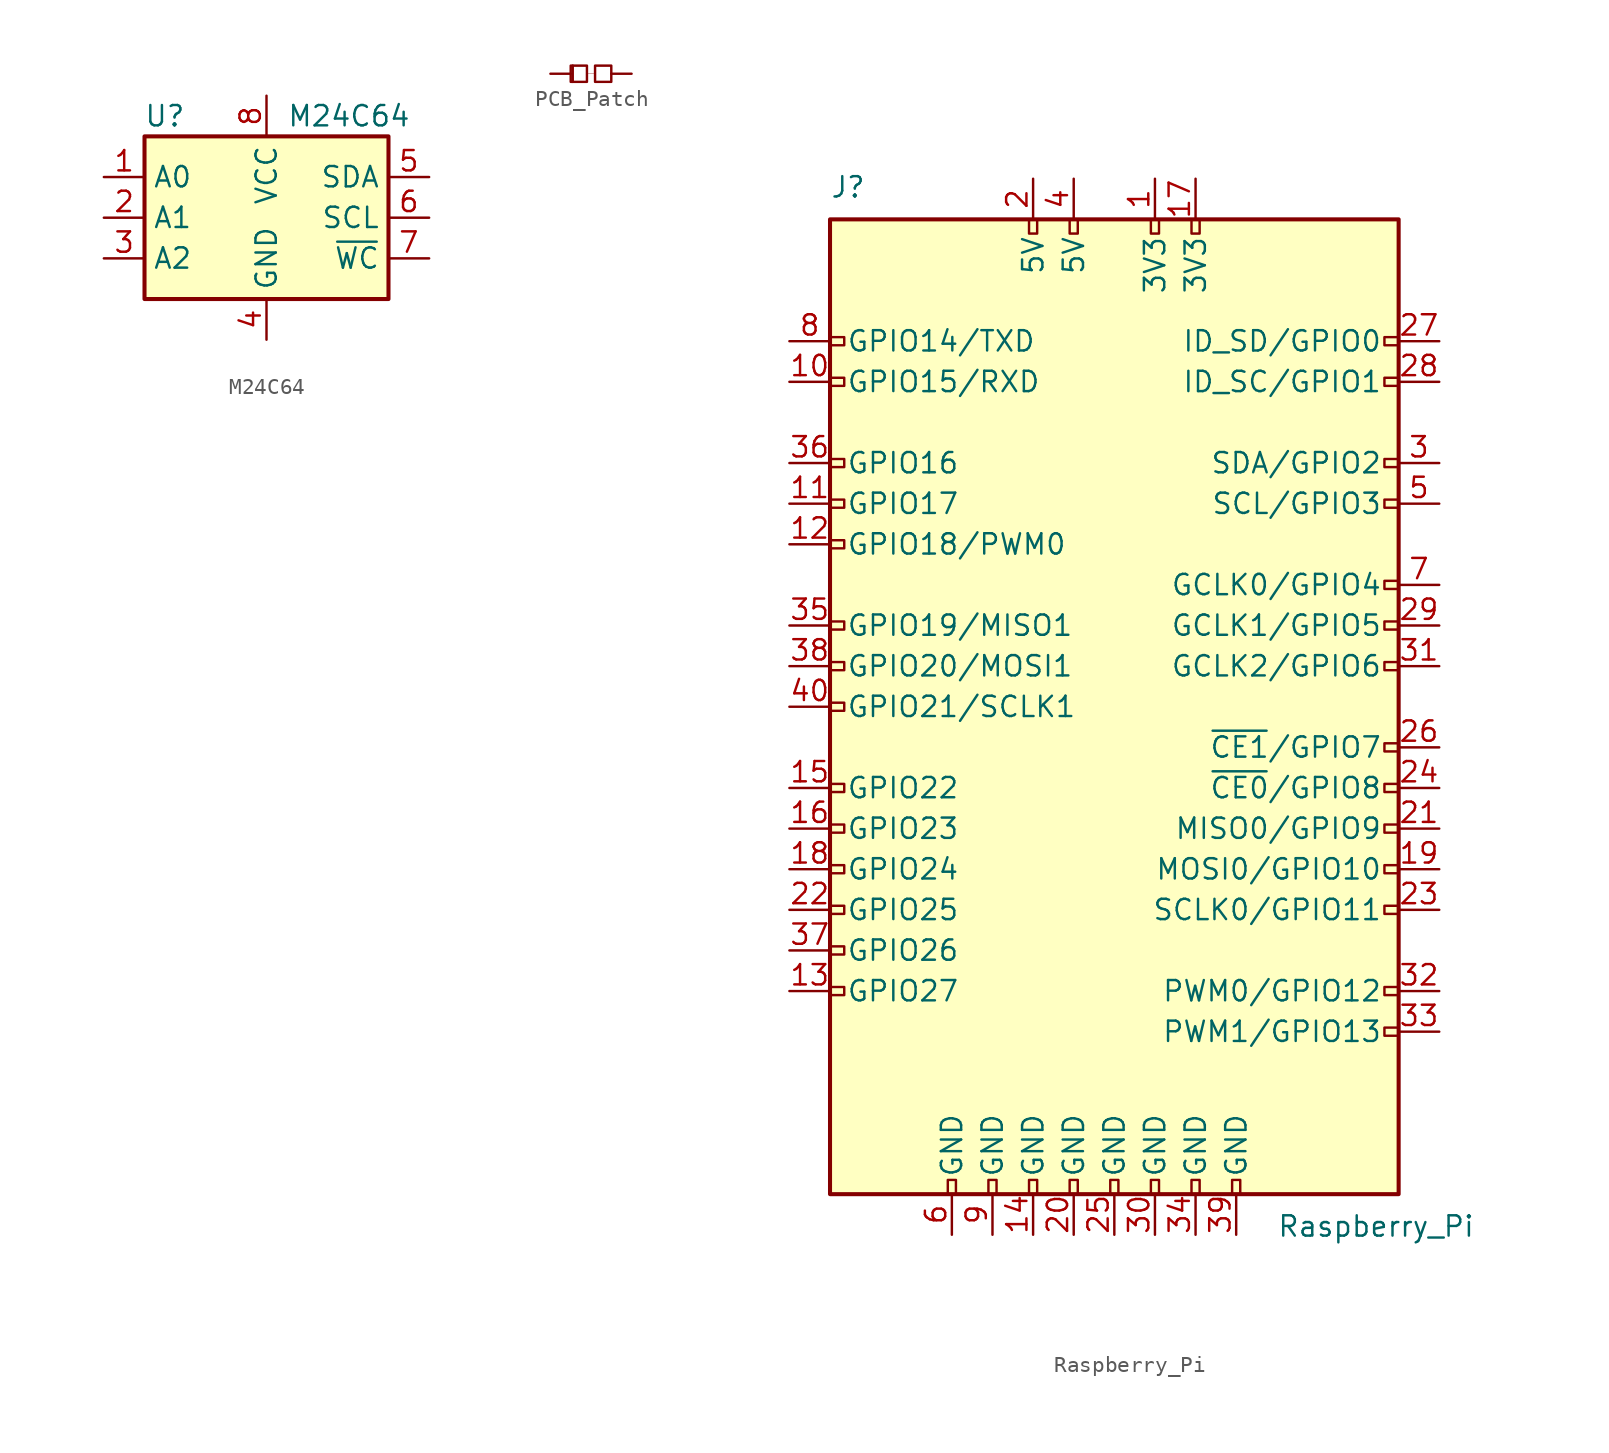
<source format=kicad_sym>
(kicad_symbol_lib
  (version 20231120)
  (generator "kicad_symbol_editor")
  (generator_version "8.0")
  (symbol "M24C64"
    (property "Reference" "U"
      (at -6.35 6.35 0)
      (effects (font (size 1.27 1.27))))
    (property "Value" "M24C64"
      (at 1.27 6.35 0)
      (effects (font (size 1.27 1.27)) (justify left)))
    (symbol "M24C64_1_1"
      (rectangle (start -7.62 5.08) (end 7.62 -5.08) (stroke (width 0.254) (type default)) (fill (type background)))
      (pin input line (at -10.16 2.54 0) (length 2.54) (name "A0" (effects (font (size 1.27 1.27)))) (number "1" (effects (font (size 1.27 1.27)))))
      (pin input line (at -10.16 0 0) (length 2.54) (name "A1" (effects (font (size 1.27 1.27)))) (number "2" (effects (font (size 1.27 1.27)))))
      (pin input line (at -10.16 -2.54 0) (length 2.54) (name "A2" (effects (font (size 1.27 1.27)))) (number "3" (effects (font (size 1.27 1.27)))))
      (pin power_in line (at 0 -7.62 90) (length 2.54) (name "GND" (effects (font (size 1.27 1.27)))) (number "4" (effects (font (size 1.27 1.27)))))
      (pin bidirectional line (at 10.16 2.54 180) (length 2.54) (name "SDA" (effects (font (size 1.27 1.27)))) (number "5" (effects (font (size 1.27 1.27)))))
      (pin input line (at 10.16 0 180) (length 2.54) (name "SCL" (effects (font (size 1.27 1.27)))) (number "6" (effects (font (size 1.27 1.27)))))
      (pin passive line (at 10.16 -2.54 180) (length 2.54) (name "~{WC}" (effects (font (size 1.27 1.27)))) (number "7" (effects (font (size 1.27 1.27)))))
      (pin power_in line (at 0 7.62 270) (length 2.54) (name "VCC" (effects (font (size 1.27 1.27)))) (number "8" (effects (font (size 1.27 1.27)))))))
  (symbol "PCB_Patch"
    (pin_numbers hide)
    (pin_names
      (offset 0.762) hide)
    (property "Reference" "JP"
      (at 0 2.032 0)
      (effects (font (size 1.27 1.27)) (hide yes)))
    (symbol "PCB_Patch_0_1"
      (rectangle (start -0.254 0.508) (end -1.27 -0.508) (stroke (width 0) (type default)) (fill (type none)))
      (polyline (pts (xy -1.143 0.508) (xy -1.143 -0.508)) (stroke (width 0) (type default)) (fill (type none)))
      (polyline (pts (xy -0.254 0) (xy 0.254 0)) (stroke (width 0.001) (type default)) (fill (type none)))
      (rectangle (start 0.254 0.508) (end 1.27 -0.508) (stroke (width 0) (type default)) (fill (type none))))
    (symbol "PCB_Patch_1_1"
      (pin passive line (at -2.54 0 0) (length 1.27) (name "1" (effects (font (size 1.27 1.27)))) (number "1" (effects (font (size 1.27 1.27)))))
      (pin passive line (at 2.54 0 180) (length 1.27) (name "2" (effects (font (size 1.27 1.27)))) (number "2" (effects (font (size 1.27 1.27)))))))
  (symbol "Raspberry_Pi"
    (pin_names
      (offset 1.016))
    (property "Reference" "J"
      (at -17.78 31.75 0)
      (effects (font (size 1.27 1.27)) (justify left bottom)))
    (property "Value" "Raspberry_Pi"
      (at 10.16 -31.75 0)
      (effects (font (size 1.27 1.27)) (justify left top)))
    (symbol "Raspberry_Pi_0_1"
      (rectangle (start -17.78 30.48) (end 17.78 -30.48) (stroke (width 0.254) (type default)) (fill (type background))))
    (symbol "Raspberry_Pi_1_1"
      (rectangle (start -16.891 -17.526) (end -17.78 -18.034) (stroke (width 0) (type default)) (fill (type none)))
      (rectangle (start -16.891 -14.986) (end -17.78 -15.494) (stroke (width 0) (type default)) (fill (type none)))
      (rectangle (start -16.891 -12.446) (end -17.78 -12.954) (stroke (width 0) (type default)) (fill (type none)))
      (rectangle (start -16.891 -9.906) (end -17.78 -10.414) (stroke (width 0) (type default)) (fill (type none)))
      (rectangle (start -16.891 -7.366) (end -17.78 -7.874) (stroke (width 0) (type default)) (fill (type none)))
      (rectangle (start -16.891 -4.826) (end -17.78 -5.334) (stroke (width 0) (type default)) (fill (type none)))
      (rectangle (start -16.891 0.254) (end -17.78 -0.254) (stroke (width 0) (type default)) (fill (type none)))
      (rectangle (start -16.891 2.794) (end -17.78 2.286) (stroke (width 0) (type default)) (fill (type none)))
      (rectangle (start -16.891 5.334) (end -17.78 4.826) (stroke (width 0) (type default)) (fill (type none)))
      (rectangle (start -16.891 10.414) (end -17.78 9.906) (stroke (width 0) (type default)) (fill (type none)))
      (rectangle (start -16.891 12.954) (end -17.78 12.446) (stroke (width 0) (type default)) (fill (type none)))
      (rectangle (start -16.891 15.494) (end -17.78 14.986) (stroke (width 0) (type default)) (fill (type none)))
      (rectangle (start -16.891 20.574) (end -17.78 20.066) (stroke (width 0) (type default)) (fill (type none)))
      (rectangle (start -16.891 23.114) (end -17.78 22.606) (stroke (width 0) (type default)) (fill (type none)))
      (rectangle (start -10.414 -29.591) (end -9.906 -30.48) (stroke (width 0) (type default)) (fill (type none)))
      (rectangle (start -7.874 -29.591) (end -7.366 -30.48) (stroke (width 0) (type default)) (fill (type none)))
      (rectangle (start -5.334 -29.591) (end -4.826 -30.48) (stroke (width 0) (type default)) (fill (type none)))
      (rectangle (start -5.334 30.48) (end -4.826 29.591) (stroke (width 0) (type default)) (fill (type none)))
      (rectangle (start -2.794 -29.591) (end -2.286 -30.48) (stroke (width 0) (type default)) (fill (type none)))
      (rectangle (start -2.794 30.48) (end -2.286 29.591) (stroke (width 0) (type default)) (fill (type none)))
      (rectangle (start -0.254 -29.591) (end 0.254 -30.48) (stroke (width 0) (type default)) (fill (type none)))
      (rectangle (start 2.286 -29.591) (end 2.794 -30.48) (stroke (width 0) (type default)) (fill (type none)))
      (rectangle (start 2.286 30.48) (end 2.794 29.591) (stroke (width 0) (type default)) (fill (type none)))
      (rectangle (start 4.826 -29.591) (end 5.334 -30.48) (stroke (width 0) (type default)) (fill (type none)))
      (rectangle (start 4.826 30.48) (end 5.334 29.591) (stroke (width 0) (type default)) (fill (type none)))
      (rectangle (start 7.366 -29.591) (end 7.874 -30.48) (stroke (width 0) (type default)) (fill (type none)))
      (rectangle (start 17.78 -20.066) (end 16.891 -20.574) (stroke (width 0) (type default)) (fill (type none)))
      (rectangle (start 17.78 -17.526) (end 16.891 -18.034) (stroke (width 0) (type default)) (fill (type none)))
      (rectangle (start 17.78 -12.446) (end 16.891 -12.954) (stroke (width 0) (type default)) (fill (type none)))
      (rectangle (start 17.78 -9.906) (end 16.891 -10.414) (stroke (width 0) (type default)) (fill (type none)))
      (rectangle (start 17.78 -7.366) (end 16.891 -7.874) (stroke (width 0) (type default)) (fill (type none)))
      (rectangle (start 17.78 -4.826) (end 16.891 -5.334) (stroke (width 0) (type default)) (fill (type none)))
      (rectangle (start 17.78 -2.286) (end 16.891 -2.794) (stroke (width 0) (type default)) (fill (type none)))
      (rectangle (start 17.78 2.794) (end 16.891 2.286) (stroke (width 0) (type default)) (fill (type none)))
      (rectangle (start 17.78 5.334) (end 16.891 4.826) (stroke (width 0) (type default)) (fill (type none)))
      (rectangle (start 17.78 7.874) (end 16.891 7.366) (stroke (width 0) (type default)) (fill (type none)))
      (rectangle (start 17.78 12.954) (end 16.891 12.446) (stroke (width 0) (type default)) (fill (type none)))
      (rectangle (start 17.78 15.494) (end 16.891 14.986) (stroke (width 0) (type default)) (fill (type none)))
      (rectangle (start 17.78 20.574) (end 16.891 20.066) (stroke (width 0) (type default)) (fill (type none)))
      (rectangle (start 17.78 23.114) (end 16.891 22.606) (stroke (width 0) (type default)) (fill (type none)))
      (pin power_out line (at 2.54 33.02 270) (length 2.54) (name "3V3" (effects (font (size 1.27 1.27)))) (number "1" (effects (font (size 1.27 1.27)))))
      (pin bidirectional line (at -20.32 20.32 0) (length 2.54) (name "GPIO15/RXD" (effects (font (size 1.27 1.27)))) (number "10" (effects (font (size 1.27 1.27)))))
      (pin bidirectional line (at -20.32 12.7 0) (length 2.54) (name "GPIO17" (effects (font (size 1.27 1.27)))) (number "11" (effects (font (size 1.27 1.27)))))
      (pin bidirectional line (at -20.32 10.16 0) (length 2.54) (name "GPIO18/PWM0" (effects (font (size 1.27 1.27)))) (number "12" (effects (font (size 1.27 1.27)))))
      (pin bidirectional line (at -20.32 -17.78 0) (length 2.54) (name "GPIO27" (effects (font (size 1.27 1.27)))) (number "13" (effects (font (size 1.27 1.27)))))
      (pin power_in line (at -5.08 -33.02 90) (length 2.54) (name "GND" (effects (font (size 1.27 1.27)))) (number "14" (effects (font (size 1.27 1.27)))))
      (pin bidirectional line (at -20.32 -5.08 0) (length 2.54) (name "GPIO22" (effects (font (size 1.27 1.27)))) (number "15" (effects (font (size 1.27 1.27)))))
      (pin bidirectional line (at -20.32 -7.62 0) (length 2.54) (name "GPIO23" (effects (font (size 1.27 1.27)))) (number "16" (effects (font (size 1.27 1.27)))))
      (pin power_out line (at 5.08 33.02 270) (length 2.54) (name "3V3" (effects (font (size 1.27 1.27)))) (number "17" (effects (font (size 1.27 1.27)))))
      (pin bidirectional line (at -20.32 -10.16 0) (length 2.54) (name "GPIO24" (effects (font (size 1.27 1.27)))) (number "18" (effects (font (size 1.27 1.27)))))
      (pin bidirectional line (at 20.32 -10.16 180) (length 2.54) (name "MOSI0/GPIO10" (effects (font (size 1.27 1.27)))) (number "19" (effects (font (size 1.27 1.27)))))
      (pin power_in line (at -5.08 33.02 270) (length 2.54) (name "5V" (effects (font (size 1.27 1.27)))) (number "2" (effects (font (size 1.27 1.27)))))
      (pin power_in line (at -2.54 -33.02 90) (length 2.54) (name "GND" (effects (font (size 1.27 1.27)))) (number "20" (effects (font (size 1.27 1.27)))))
      (pin bidirectional line (at 20.32 -7.62 180) (length 2.54) (name "MISO0/GPIO9" (effects (font (size 1.27 1.27)))) (number "21" (effects (font (size 1.27 1.27)))))
      (pin bidirectional line (at -20.32 -12.7 0) (length 2.54) (name "GPIO25" (effects (font (size 1.27 1.27)))) (number "22" (effects (font (size 1.27 1.27)))))
      (pin bidirectional line (at 20.32 -12.7 180) (length 2.54) (name "SCLK0/GPIO11" (effects (font (size 1.27 1.27)))) (number "23" (effects (font (size 1.27 1.27)))))
      (pin bidirectional line (at 20.32 -5.08 180) (length 2.54) (name "~{CE0}/GPIO8" (effects (font (size 1.27 1.27)))) (number "24" (effects (font (size 1.27 1.27)))))
      (pin power_in line (at 0 -33.02 90) (length 2.54) (name "GND" (effects (font (size 1.27 1.27)))) (number "25" (effects (font (size 1.27 1.27)))))
      (pin bidirectional line (at 20.32 -2.54 180) (length 2.54) (name "~{CE1}/GPIO7" (effects (font (size 1.27 1.27)))) (number "26" (effects (font (size 1.27 1.27)))))
      (pin bidirectional line (at 20.32 22.86 180) (length 2.54) (name "ID_SD/GPIO0" (effects (font (size 1.27 1.27)))) (number "27" (effects (font (size 1.27 1.27)))))
      (pin bidirectional line (at 20.32 20.32 180) (length 2.54) (name "ID_SC/GPIO1" (effects (font (size 1.27 1.27)))) (number "28" (effects (font (size 1.27 1.27)))))
      (pin bidirectional line (at 20.32 5.08 180) (length 2.54) (name "GCLK1/GPIO5" (effects (font (size 1.27 1.27)))) (number "29" (effects (font (size 1.27 1.27)))))
      (pin bidirectional line (at 20.32 15.24 180) (length 2.54) (name "SDA/GPIO2" (effects (font (size 1.27 1.27)))) (number "3" (effects (font (size 1.27 1.27)))))
      (pin power_in line (at 2.54 -33.02 90) (length 2.54) (name "GND" (effects (font (size 1.27 1.27)))) (number "30" (effects (font (size 1.27 1.27)))))
      (pin bidirectional line (at 20.32 2.54 180) (length 2.54) (name "GCLK2/GPIO6" (effects (font (size 1.27 1.27)))) (number "31" (effects (font (size 1.27 1.27)))))
      (pin bidirectional line (at 20.32 -17.78 180) (length 2.54) (name "PWM0/GPIO12" (effects (font (size 1.27 1.27)))) (number "32" (effects (font (size 1.27 1.27)))))
      (pin bidirectional line (at 20.32 -20.32 180) (length 2.54) (name "PWM1/GPIO13" (effects (font (size 1.27 1.27)))) (number "33" (effects (font (size 1.27 1.27)))))
      (pin power_in line (at 5.08 -33.02 90) (length 2.54) (name "GND" (effects (font (size 1.27 1.27)))) (number "34" (effects (font (size 1.27 1.27)))))
      (pin bidirectional line (at -20.32 5.08 0) (length 2.54) (name "GPIO19/MISO1" (effects (font (size 1.27 1.27)))) (number "35" (effects (font (size 1.27 1.27)))))
      (pin bidirectional line (at -20.32 15.24 0) (length 2.54) (name "GPIO16" (effects (font (size 1.27 1.27)))) (number "36" (effects (font (size 1.27 1.27)))))
      (pin bidirectional line (at -20.32 -15.24 0) (length 2.54) (name "GPIO26" (effects (font (size 1.27 1.27)))) (number "37" (effects (font (size 1.27 1.27)))))
      (pin bidirectional line (at -20.32 2.54 0) (length 2.54) (name "GPIO20/MOSI1" (effects (font (size 1.27 1.27)))) (number "38" (effects (font (size 1.27 1.27)))))
      (pin power_in line (at 7.62 -33.02 90) (length 2.54) (name "GND" (effects (font (size 1.27 1.27)))) (number "39" (effects (font (size 1.27 1.27)))))
      (pin power_in line (at -2.54 33.02 270) (length 2.54) (name "5V" (effects (font (size 1.27 1.27)))) (number "4" (effects (font (size 1.27 1.27)))))
      (pin bidirectional line (at -20.32 0 0) (length 2.54) (name "GPIO21/SCLK1" (effects (font (size 1.27 1.27)))) (number "40" (effects (font (size 1.27 1.27)))))
      (pin bidirectional line (at 20.32 12.7 180) (length 2.54) (name "SCL/GPIO3" (effects (font (size 1.27 1.27)))) (number "5" (effects (font (size 1.27 1.27)))))
      (pin power_in line (at -10.16 -33.02 90) (length 2.54) (name "GND" (effects (font (size 1.27 1.27)))) (number "6" (effects (font (size 1.27 1.27)))))
      (pin bidirectional line (at 20.32 7.62 180) (length 2.54) (name "GCLK0/GPIO4" (effects (font (size 1.27 1.27)))) (number "7" (effects (font (size 1.27 1.27)))))
      (pin bidirectional line (at -20.32 22.86 0) (length 2.54) (name "GPIO14/TXD" (effects (font (size 1.27 1.27)))) (number "8" (effects (font (size 1.27 1.27)))))
      (pin power_in line (at -7.62 -33.02 90) (length 2.54) (name "GND" (effects (font (size 1.27 1.27)))) (number "9" (effects (font (size 1.27 1.27))))))))
</source>
